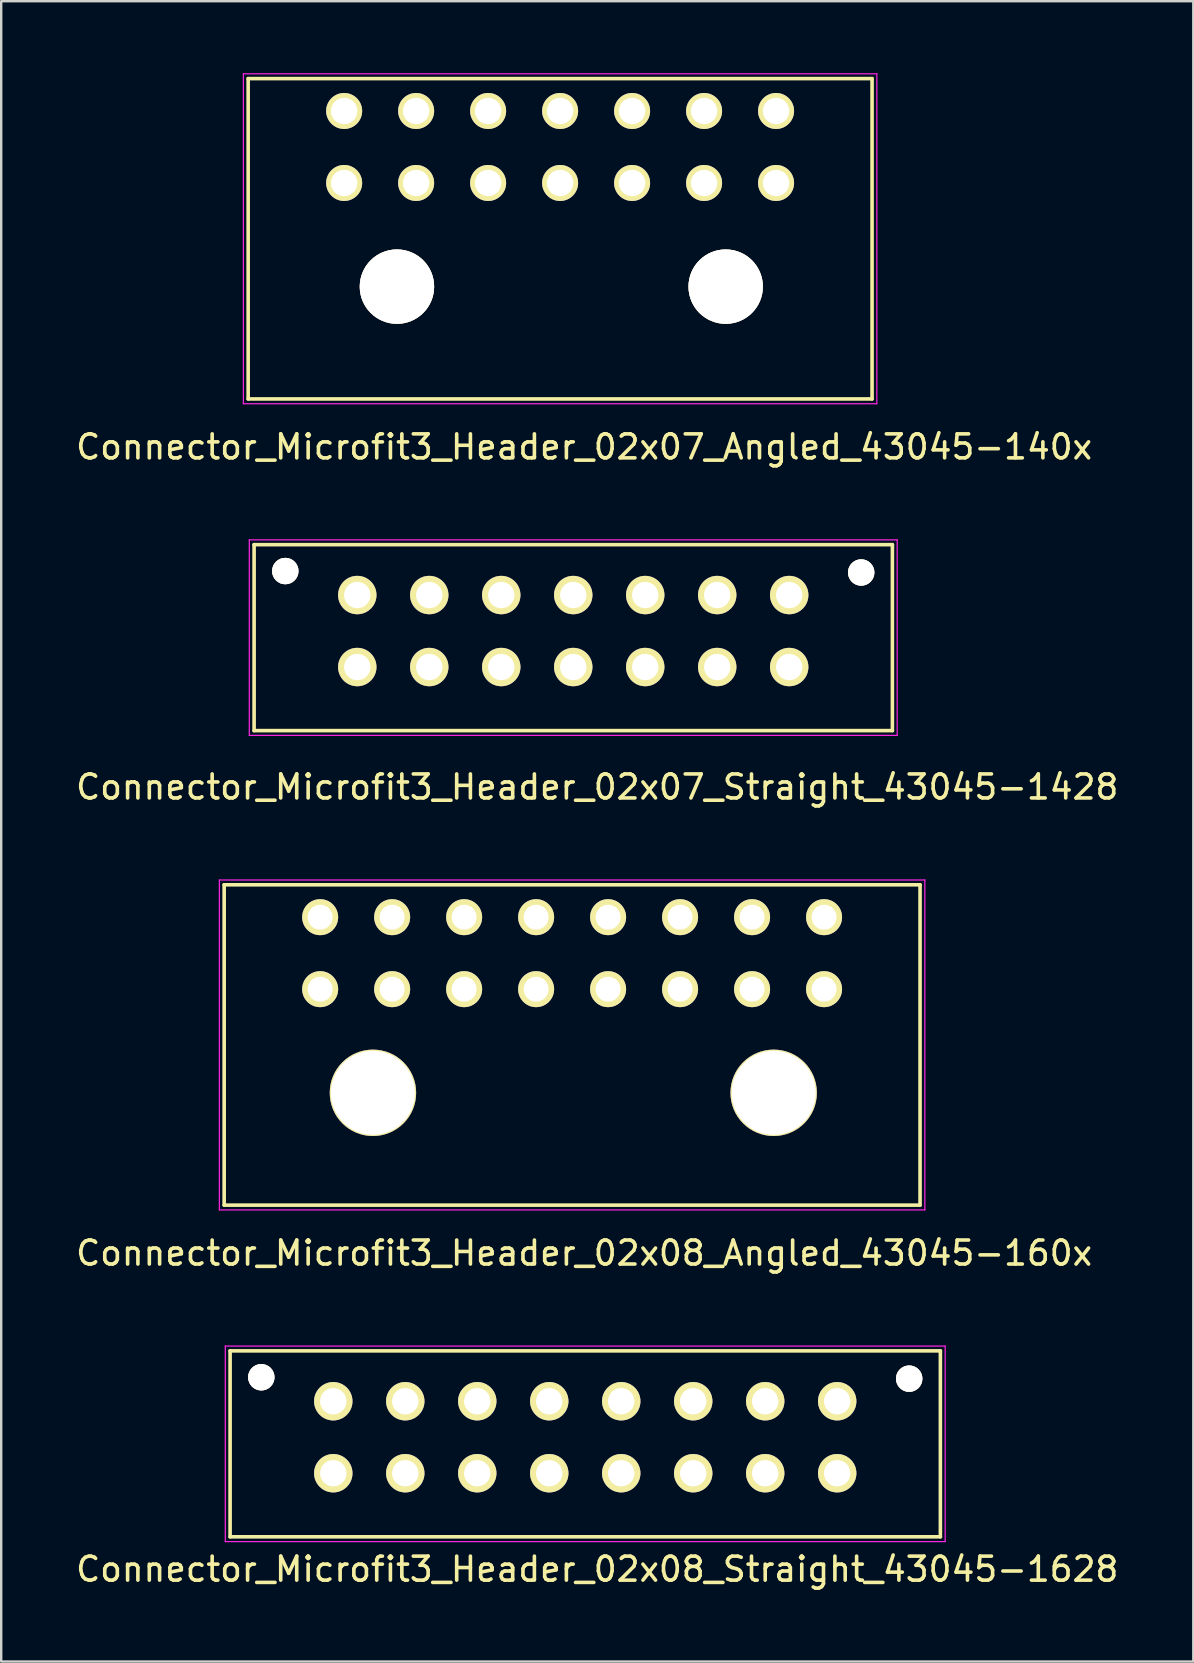
<source format=kicad_pcb>
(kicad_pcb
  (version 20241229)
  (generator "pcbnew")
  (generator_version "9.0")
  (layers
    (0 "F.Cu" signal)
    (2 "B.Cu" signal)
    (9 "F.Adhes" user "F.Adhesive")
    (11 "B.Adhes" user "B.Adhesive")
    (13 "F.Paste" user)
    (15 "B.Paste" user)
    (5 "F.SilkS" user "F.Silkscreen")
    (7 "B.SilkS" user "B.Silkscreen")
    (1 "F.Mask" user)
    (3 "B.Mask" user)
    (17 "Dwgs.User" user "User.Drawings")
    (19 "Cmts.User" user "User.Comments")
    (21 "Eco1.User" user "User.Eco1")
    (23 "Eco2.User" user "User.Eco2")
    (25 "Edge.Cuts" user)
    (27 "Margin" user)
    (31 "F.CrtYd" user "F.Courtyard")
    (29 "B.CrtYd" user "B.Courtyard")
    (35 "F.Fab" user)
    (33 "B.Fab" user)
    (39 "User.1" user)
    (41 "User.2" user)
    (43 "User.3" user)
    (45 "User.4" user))
  (footprint "Connector_Microfit3_Header_02x08_Angled_43045-160x"
    (layer "F.Cu")
    (at 31.292 38.172)
    (property "Reference" "Connector_Microfit3_Header_02x08_Angled_43045-160x" (at -10 11 0) (layer "F.SilkS") (effects (font (size 1 1) (thickness 0.15))))
    (attr through_hole)
    (fp_line (start -25 -4.35) (end 4 -4.35) (stroke (width 0.15) (type solid)) (layer "F.SilkS"))
    (fp_line (start -25 9) (end -25 -4.35) (stroke (width 0.15) (type solid)) (layer "F.SilkS"))
    (fp_line (start 4 -4.35) (end 4 9) (stroke (width 0.15) (type solid)) (layer "F.SilkS"))
    (fp_line (start 4 9) (end -25 9) (stroke (width 0.15) (type solid)) (layer "F.SilkS"))
    (fp_line (start -25.2 -4.55) (end -25.2 9.2) (stroke (width 0.05) (type solid)) (layer "F.CrtYd"))
    (fp_line (start -25.2 9.2) (end 4.2 9.2) (stroke (width 0.05) (type solid)) (layer "F.CrtYd"))
    (fp_line (start 4.2 -4.55) (end -25.2 -4.55) (stroke (width 0.05) (type solid)) (layer "F.CrtYd"))
    (fp_line (start 4.2 9.2) (end 4.2 -4.55) (stroke (width 0.05) (type solid)) (layer "F.CrtYd"))
    (pad "" thru_hole circle (at -18.8 4.32) (size 3.6 3.6) (drill 3.5) (layers "*.Cu" "*.Mask" "F.SilkS"))
    (pad "" thru_hole circle (at -2.1 4.32) (size 3.6 3.6) (drill 3.5) (layers "*.Cu" "*.Mask" "F.SilkS"))
    (pad "1" thru_hole circle (at 0 0) (size 1.5 1.5) (drill 1.04) (layers "*.Cu" "*.Mask" "F.SilkS"))
    (pad "2" thru_hole circle (at -3 0) (size 1.5 1.5) (drill 1.04) (layers "*.Cu" "*.Mask" "F.SilkS"))
    (pad "3" thru_hole circle (at -6 0) (size 1.5 1.5) (drill 1.04) (layers "*.Cu" "*.Mask" "F.SilkS"))
    (pad "4" thru_hole circle (at -9 0) (size 1.5 1.5) (drill 1.04) (layers "*.Cu" "*.Mask" "F.SilkS"))
    (pad "5" thru_hole circle (at -12 0) (size 1.5 1.5) (drill 1.04) (layers "*.Cu" "*.Mask" "F.SilkS"))
    (pad "6" thru_hole circle (at -15 0) (size 1.5 1.5) (drill 1.04) (layers "*.Cu" "*.Mask" "F.SilkS"))
    (pad "7" thru_hole circle (at -18 0) (size 1.5 1.5) (drill 1.04) (layers "*.Cu" "*.Mask" "F.SilkS"))
    (pad "8" thru_hole circle (at -21 0) (size 1.5 1.5) (drill 1.04) (layers "*.Cu" "*.Mask" "F.SilkS"))
    (pad "9" thru_hole circle (at 0 -3) (size 1.5 1.5) (drill 1.04) (layers "*.Cu" "*.Mask" "F.SilkS"))
    (pad "10" thru_hole circle (at -3 -3) (size 1.5 1.5) (drill 1.04) (layers "*.Cu" "*.Mask" "F.SilkS"))
    (pad "11" thru_hole circle (at -6 -3) (size 1.5 1.5) (drill 1.04) (layers "*.Cu" "*.Mask" "F.SilkS"))
    (pad "12" thru_hole circle (at -9 -3) (size 1.5 1.5) (drill 1.04) (layers "*.Cu" "*.Mask" "F.SilkS"))
    (pad "13" thru_hole circle (at -12 -3) (size 1.5 1.5) (drill 1.04) (layers "*.Cu" "*.Mask" "F.SilkS"))
    (pad "14" thru_hole circle (at -15 -3) (size 1.5 1.5) (drill 1.04) (layers "*.Cu" "*.Mask" "F.SilkS"))
    (pad "15" thru_hole circle (at -18 -3) (size 1.5 1.5) (drill 1.04) (layers "*.Cu" "*.Mask" "F.SilkS"))
    (pad "16" thru_hole circle (at -21 -3) (size 1.5 1.5) (drill 1.04) (layers "*.Cu" "*.Mask" "F.SilkS")))
  (footprint "Connector_Microfit3_Header_02x08_Straight_43045-1628"
    (layer "F.Cu")
    (at 31.839 58.345)
    (property "Reference" "Connector_Microfit3_Header_02x08_Straight_43045-1628" (at -10 4 0) (layer "F.SilkS") (effects (font (size 1 1) (thickness 0.15))))
    (attr through_hole)
    (fp_line (start -25.3 2.65) (end -25.3 -5.1) (stroke (width 0.15) (type solid)) (layer "F.SilkS"))
    (fp_line (start 4.3 -5.1) (end -25.3 -5.1) (stroke (width 0.15) (type solid)) (layer "F.SilkS"))
    (fp_line (start 4.3 2.65) (end -25.3 2.65) (stroke (width 0.15) (type solid)) (layer "F.SilkS"))
    (fp_line (start 4.3 2.65) (end 4.3 -5.1) (stroke (width 0.15) (type solid)) (layer "F.SilkS"))
    (fp_line (start -25.5 2.85) (end -25.5 -5.3) (stroke (width 0.05) (type solid)) (layer "F.CrtYd"))
    (fp_line (start 4.5 -5.3) (end -25.5 -5.3) (stroke (width 0.05) (type solid)) (layer "F.CrtYd"))
    (fp_line (start 4.5 2.85) (end -25.5 2.85) (stroke (width 0.05) (type solid)) (layer "F.CrtYd"))
    (fp_line (start 4.5 2.85) (end 4.5 -5.3) (stroke (width 0.05) (type solid)) (layer "F.CrtYd"))
    (pad "" thru_hole circle (at -24 -4) (size 1.1 1.1) (drill 1.1) (layers "*.Cu" "*.Mask" "F.SilkS"))
    (pad "" thru_hole circle (at 3 -3.94) (size 1.1 1.1) (drill 1.1) (layers "*.Cu" "*.Mask" "F.SilkS"))
    (pad "1" thru_hole circle (at 0 0) (size 1.6 1.6) (drill 1.1) (layers "*.Cu" "*.Mask" "F.SilkS"))
    (pad "2" thru_hole circle (at -3 0) (size 1.6 1.6) (drill 1.1) (layers "*.Cu" "*.Mask" "F.SilkS"))
    (pad "3" thru_hole circle (at -6 0) (size 1.6 1.6) (drill 1.1) (layers "*.Cu" "*.Mask" "F.SilkS"))
    (pad "4" thru_hole circle (at -9 0) (size 1.6 1.6) (drill 1.1) (layers "*.Cu" "*.Mask" "F.SilkS"))
    (pad "5" thru_hole circle (at -12 0) (size 1.6 1.6) (drill 1.1) (layers "*.Cu" "*.Mask" "F.SilkS"))
    (pad "6" thru_hole circle (at -15 0) (size 1.6 1.6) (drill 1.1) (layers "*.Cu" "*.Mask" "F.SilkS"))
    (pad "7" thru_hole circle (at -18 0) (size 1.6 1.6) (drill 1.1) (layers "*.Cu" "*.Mask" "F.SilkS"))
    (pad "8" thru_hole circle (at -21 0) (size 1.6 1.6) (drill 1.1) (layers "*.Cu" "*.Mask" "F.SilkS"))
    (pad "9" thru_hole circle (at 0 -3) (size 1.6 1.6) (drill 1.1) (layers "*.Cu" "*.Mask" "F.SilkS"))
    (pad "10" thru_hole circle (at -3 -3) (size 1.6 1.6) (drill 1.1) (layers "*.Cu" "*.Mask" "F.SilkS"))
    (pad "11" thru_hole circle (at -6 -3) (size 1.6 1.6) (drill 1.1) (layers "*.Cu" "*.Mask" "F.SilkS"))
    (pad "12" thru_hole circle (at -9 -3) (size 1.6 1.6) (drill 1.1) (layers "*.Cu" "*.Mask" "F.SilkS"))
    (pad "13" thru_hole circle (at -12 -3) (size 1.6 1.6) (drill 1.1) (layers "*.Cu" "*.Mask" "F.SilkS"))
    (pad "14" thru_hole circle (at -15 -3) (size 1.6 1.6) (drill 1.1) (layers "*.Cu" "*.Mask" "F.SilkS"))
    (pad "15" thru_hole circle (at -18 -3) (size 1.6 1.6) (drill 1.1) (layers "*.Cu" "*.Mask" "F.SilkS"))
    (pad "16" thru_hole circle (at -21 -3) (size 1.6 1.6) (drill 1.1) (layers "*.Cu" "*.Mask" "F.SilkS")))
  (footprint "Connector_Microfit3_Header_02x07_Straight_43045-1428"
    (layer "F.Cu")
    (at 29.839 24.748)
    (property "Reference" "Connector_Microfit3_Header_02x07_Straight_43045-1428" (at -8 5 0) (layer "F.SilkS") (effects (font (size 1 1) (thickness 0.15))))
    (attr through_hole)
    (fp_line (start -22.3 2.65) (end -22.3 -5.1) (stroke (width 0.15) (type solid)) (layer "F.SilkS"))
    (fp_line (start 4.3 -5.1) (end -22.3 -5.1) (stroke (width 0.15) (type solid)) (layer "F.SilkS"))
    (fp_line (start 4.3 2.65) (end -22.3 2.65) (stroke (width 0.15) (type solid)) (layer "F.SilkS"))
    (fp_line (start 4.3 2.65) (end 4.3 -5.1) (stroke (width 0.15) (type solid)) (layer "F.SilkS"))
    (fp_line (start -22.5 2.85) (end -22.5 -5.3) (stroke (width 0.05) (type solid)) (layer "F.CrtYd"))
    (fp_line (start 4.5 -5.3) (end -22.5 -5.3) (stroke (width 0.05) (type solid)) (layer "F.CrtYd"))
    (fp_line (start 4.5 2.85) (end -22.5 2.85) (stroke (width 0.05) (type solid)) (layer "F.CrtYd"))
    (fp_line (start 4.5 2.85) (end 4.5 -5.3) (stroke (width 0.05) (type solid)) (layer "F.CrtYd"))
    (pad "" thru_hole circle (at -21 -4) (size 1.1 1.1) (drill 1.1) (layers "*.Cu" "*.Mask" "F.SilkS"))
    (pad "" thru_hole circle (at 3 -3.94) (size 1.1 1.1) (drill 1.1) (layers "*.Cu" "*.Mask" "F.SilkS"))
    (pad "1" thru_hole circle (at 0 0) (size 1.6 1.6) (drill 1.1) (layers "*.Cu" "*.Mask" "F.SilkS"))
    (pad "2" thru_hole circle (at -3 0) (size 1.6 1.6) (drill 1.1) (layers "*.Cu" "*.Mask" "F.SilkS"))
    (pad "3" thru_hole circle (at -6 0) (size 1.6 1.6) (drill 1.1) (layers "*.Cu" "*.Mask" "F.SilkS"))
    (pad "4" thru_hole circle (at -9 0) (size 1.6 1.6) (drill 1.1) (layers "*.Cu" "*.Mask" "F.SilkS"))
    (pad "5" thru_hole circle (at -12 0) (size 1.6 1.6) (drill 1.1) (layers "*.Cu" "*.Mask" "F.SilkS"))
    (pad "6" thru_hole circle (at -15 0) (size 1.6 1.6) (drill 1.1) (layers "*.Cu" "*.Mask" "F.SilkS"))
    (pad "7" thru_hole circle (at -18 0) (size 1.6 1.6) (drill 1.1) (layers "*.Cu" "*.Mask" "F.SilkS"))
    (pad "8" thru_hole circle (at 0 -3) (size 1.6 1.6) (drill 1.1) (layers "*.Cu" "*.Mask" "F.SilkS"))
    (pad "9" thru_hole circle (at -3 -3) (size 1.6 1.6) (drill 1.1) (layers "*.Cu" "*.Mask" "F.SilkS"))
    (pad "10" thru_hole circle (at -6 -3) (size 1.6 1.6) (drill 1.1) (layers "*.Cu" "*.Mask" "F.SilkS"))
    (pad "11" thru_hole circle (at -9 -3) (size 1.6 1.6) (drill 1.1) (layers "*.Cu" "*.Mask" "F.SilkS"))
    (pad "12" thru_hole circle (at -12 -3) (size 1.6 1.6) (drill 1.1) (layers "*.Cu" "*.Mask" "F.SilkS"))
    (pad "13" thru_hole circle (at -15 -3) (size 1.6 1.6) (drill 1.1) (layers "*.Cu" "*.Mask" "F.SilkS"))
    (pad "14" thru_hole circle (at -18 -3) (size 1.6 1.6) (drill 1.1) (layers "*.Cu" "*.Mask" "F.SilkS")))
  (footprint "Connector_Microfit3_Header_02x07_Angled_43045-140x"
    (layer "F.Cu")
    (at 29.292 4.575)
    (property "Reference" "Connector_Microfit3_Header_02x07_Angled_43045-140x" (at -8 11 0) (layer "F.SilkS") (effects (font (size 1 1) (thickness 0.15))))
    (attr through_hole)
    (fp_line (start -22 -4.35) (end 4 -4.35) (stroke (width 0.15) (type solid)) (layer "F.SilkS"))
    (fp_line (start -22 9) (end -22 -4.35) (stroke (width 0.15) (type solid)) (layer "F.SilkS"))
    (fp_line (start 4 -4.35) (end 4 9) (stroke (width 0.15) (type solid)) (layer "F.SilkS"))
    (fp_line (start 4 9) (end -22 9) (stroke (width 0.15) (type solid)) (layer "F.SilkS"))
    (fp_line (start -22.2 -4.55) (end -22.2 9.2) (stroke (width 0.05) (type solid)) (layer "F.CrtYd"))
    (fp_line (start -22.2 9.2) (end 4.2 9.2) (stroke (width 0.05) (type solid)) (layer "F.CrtYd"))
    (fp_line (start 4.2 -4.55) (end -22.2 -4.55) (stroke (width 0.05) (type solid)) (layer "F.CrtYd"))
    (fp_line (start 4.2 9.2) (end 4.2 -4.55) (stroke (width 0.05) (type solid)) (layer "F.CrtYd"))
    (pad "" thru_hole circle (at -15.8 4.32) (size 3.1 3.1) (drill 3.1) (layers "*.Cu" "*.Mask" "F.SilkS"))
    (pad "" thru_hole circle (at -2.1 4.32) (size 3.1 3.1) (drill 3.1) (layers "*.Cu" "*.Mask" "F.SilkS"))
    (pad "1" thru_hole circle (at 0 0) (size 1.5 1.5) (drill 1.1) (layers "*.Cu" "*.Mask" "F.SilkS"))
    (pad "2" thru_hole circle (at -3 0) (size 1.5 1.5) (drill 1.1) (layers "*.Cu" "*.Mask" "F.SilkS"))
    (pad "3" thru_hole circle (at -6 0) (size 1.5 1.5) (drill 1.1) (layers "*.Cu" "*.Mask" "F.SilkS"))
    (pad "4" thru_hole circle (at -9 0) (size 1.5 1.5) (drill 1.1) (layers "*.Cu" "*.Mask" "F.SilkS"))
    (pad "5" thru_hole circle (at -12 0) (size 1.5 1.5) (drill 1.1) (layers "*.Cu" "*.Mask" "F.SilkS"))
    (pad "6" thru_hole circle (at -15 0) (size 1.5 1.5) (drill 1.1) (layers "*.Cu" "*.Mask" "F.SilkS"))
    (pad "7" thru_hole circle (at -18 0) (size 1.5 1.5) (drill 1.1) (layers "*.Cu" "*.Mask" "F.SilkS"))
    (pad "8" thru_hole circle (at 0 -3) (size 1.5 1.5) (drill 1.1) (layers "*.Cu" "*.Mask" "F.SilkS"))
    (pad "9" thru_hole circle (at -3 -3) (size 1.5 1.5) (drill 1.1) (layers "*.Cu" "*.Mask" "F.SilkS"))
    (pad "10" thru_hole circle (at -6 -3) (size 1.5 1.5) (drill 1.1) (layers "*.Cu" "*.Mask" "F.SilkS"))
    (pad "11" thru_hole circle (at -9 -3) (size 1.5 1.5) (drill 1.1) (layers "*.Cu" "*.Mask" "F.SilkS"))
    (pad "12" thru_hole circle (at -12 -3) (size 1.5 1.5) (drill 1.1) (layers "*.Cu" "*.Mask" "F.SilkS"))
    (pad "13" thru_hole circle (at -15 -3) (size 1.5 1.5) (drill 1.1) (layers "*.Cu" "*.Mask" "F.SilkS"))
    (pad "14" thru_hole circle (at -18 -3) (size 1.5 1.5) (drill 1.1) (layers "*.Cu" "*.Mask" "F.SilkS")))
  (gr_rect
    (start -3 -3)
    (end 46.679 66.193)
    (stroke (width 0.1) (type default))
    (fill no)
    (layer "Edge.Cuts")))
</source>
